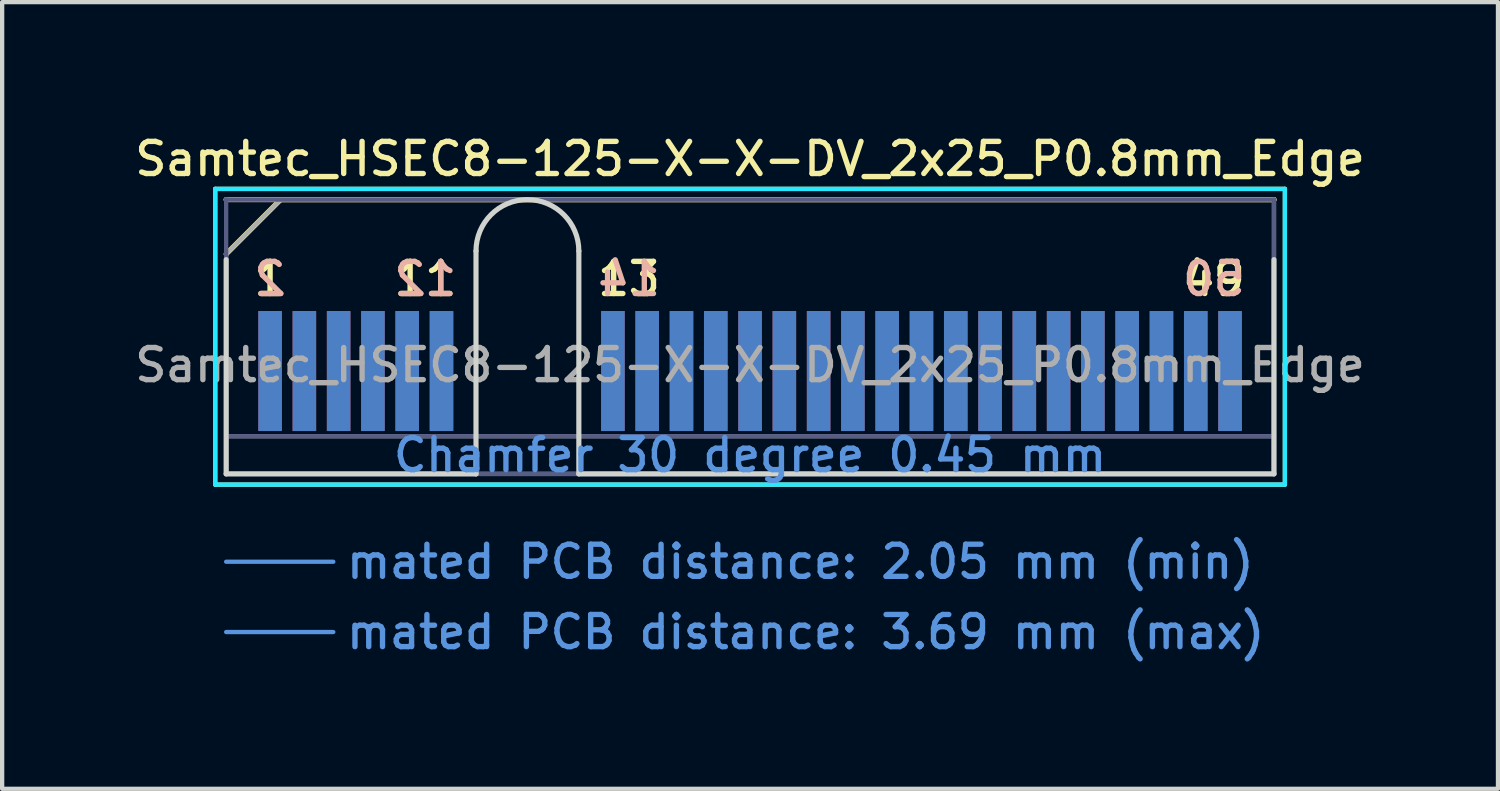
<source format=kicad_pcb>
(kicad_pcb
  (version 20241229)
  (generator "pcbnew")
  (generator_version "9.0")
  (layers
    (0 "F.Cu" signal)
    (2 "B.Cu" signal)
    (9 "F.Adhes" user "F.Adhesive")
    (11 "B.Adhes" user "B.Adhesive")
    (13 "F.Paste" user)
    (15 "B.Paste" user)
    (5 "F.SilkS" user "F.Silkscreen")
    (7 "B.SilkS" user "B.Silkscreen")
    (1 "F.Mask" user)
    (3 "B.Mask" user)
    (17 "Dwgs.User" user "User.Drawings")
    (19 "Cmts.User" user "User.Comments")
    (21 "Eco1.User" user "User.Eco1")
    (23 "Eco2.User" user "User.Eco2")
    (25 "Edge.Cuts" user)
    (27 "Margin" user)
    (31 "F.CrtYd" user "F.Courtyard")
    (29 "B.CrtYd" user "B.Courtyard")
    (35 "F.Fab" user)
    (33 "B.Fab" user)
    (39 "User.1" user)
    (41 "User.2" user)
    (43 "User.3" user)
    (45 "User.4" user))
  (footprint "Samtec_HSEC8-125-X-X-DV_2x25_P0.8mm_Edge"
    (layer "F.Cu")
    (at 14.452 8.008)
    (property "Reference" "Samtec_HSEC8-125-X-X-DV_2x25_P0.8mm_Edge" (at 0 -7.35 0) (layer "F.SilkS") (effects (font (size 0.75 0.75) (thickness 0.125))))
    (attr exclude_from_pos_files exclude_from_bom)
    (fp_line (start -12.48 -6.65) (end -12.48 0.25) (stroke (width 0.1) (type solid)) (layer "F.SilkS"))
    (fp_line (start -12.48 0.25) (end 12.48 0.25) (stroke (width 0.1) (type solid)) (layer "F.SilkS"))
    (fp_line (start -12.225 -5.13) (end -10.955 -6.4) (stroke (width 0.12) (type solid)) (layer "F.SilkS"))
    (fp_line (start -10.955 -6.4) (end 12.225 -6.4) (stroke (width 0.12) (type solid)) (layer "F.SilkS"))
    (fp_line (start 12.48 -6.65) (end -12.48 -6.65) (stroke (width 0.1) (type solid)) (layer "F.SilkS"))
    (fp_line (start 12.48 0.25) (end 12.48 -6.65) (stroke (width 0.1) (type solid)) (layer "F.SilkS"))
    (fp_line (start -12.225 -6.4) (end -12.225 -6.4) (stroke (width 0.12) (type solid)) (layer "B.SilkS"))
    (fp_line (start -12.225 -6.4) (end 12.225 -6.4) (stroke (width 0.12) (type solid)) (layer "B.SilkS"))
    (fp_line (start -12.225 2.05) (end -9.725 2.05) (stroke (width 0.1) (type solid)) (layer "Cmts.User"))
    (fp_line (start -12.225 3.69) (end -9.725 3.69) (stroke (width 0.1) (type solid)) (layer "Cmts.User"))
    (fp_line (start -12.225 -5) (end -12.225 0) (stroke (width 0.12) (type solid)) (layer "Edge.Cuts"))
    (fp_line (start -12.225 0) (end -6.395 0) (stroke (width 0.12) (type solid)) (layer "Edge.Cuts"))
    (fp_line (start -6.395 0) (end -6.395 -5.2) (stroke (width 0.12) (type solid)) (layer "Edge.Cuts"))
    (fp_line (start -3.995 -5.2) (end -3.995 0) (stroke (width 0.12) (type solid)) (layer "Edge.Cuts"))
    (fp_line (start -3.995 0) (end 12.225 0) (stroke (width 0.12) (type solid)) (layer "Edge.Cuts"))
    (fp_line (start 12.225 0) (end 12.225 -5) (stroke (width 0.12) (type solid)) (layer "Edge.Cuts"))
    (fp_arc (start -6.395 -5.2) (mid -5.195 -6.4) (end -3.995 -5.2) (stroke (width 0.12) (type solid)) (layer "Edge.Cuts"))
    (fp_line (start -12.48 -6.65) (end -12.48 0.25) (stroke (width 0.1) (type solid)) (layer "B.CrtYd"))
    (fp_line (start -12.48 0.25) (end 12.48 0.25) (stroke (width 0.1) (type solid)) (layer "B.CrtYd"))
    (fp_line (start 12.48 -6.65) (end -12.48 -6.65) (stroke (width 0.1) (type solid)) (layer "B.CrtYd"))
    (fp_line (start 12.48 0.25) (end 12.48 -6.65) (stroke (width 0.1) (type solid)) (layer "B.CrtYd"))
    (fp_line (start -12.225 -6.4) (end -12.225 -6.4) (stroke (width 0.1) (type solid)) (layer "B.Fab"))
    (fp_line (start -12.225 -6.4) (end -12.225 0) (stroke (width 0.1) (type solid)) (layer "B.Fab"))
    (fp_line (start -12.225 -6.4) (end 12.225 -6.4) (stroke (width 0.1) (type solid)) (layer "B.Fab"))
    (fp_line (start -12.225 -0.88) (end 12.225 -0.88) (stroke (width 0.1) (type solid)) (layer "B.Fab"))
    (fp_line (start -12.225 0) (end 12.225 0) (stroke (width 0.1) (type solid)) (layer "B.Fab"))
    (fp_line (start 12.225 -6.4) (end 12.225 0) (stroke (width 0.1) (type solid)) (layer "B.Fab"))
    (fp_line (start -12.225 -5.13) (end -12.225 0) (stroke (width 0.1) (type solid)) (layer "F.Fab"))
    (fp_line (start -12.225 -5.13) (end -10.955 -6.4) (stroke (width 0.1) (type solid)) (layer "F.Fab"))
    (fp_line (start -12.225 -0.88) (end 12.225 -0.88) (stroke (width 0.1) (type solid)) (layer "F.Fab"))
    (fp_line (start -12.225 0) (end 12.225 0) (stroke (width 0.1) (type solid)) (layer "F.Fab"))
    (fp_line (start -10.955 -6.4) (end 12.225 -6.4) (stroke (width 0.1) (type solid)) (layer "F.Fab"))
    (fp_line (start 12.225 -6.4) (end 12.225 0) (stroke (width 0.1) (type solid)) (layer "F.Fab"))
    (fp_text user "49" (at 10.825 -4.55 0) (layer "F.SilkS") (effects (font (size 0.75 0.75) (thickness 0.125))))
    (fp_text user "1" (at -11.2 -4.55 0) (layer "F.SilkS") (effects (font (size 0.75 0.75) (thickness 0.125))))
    (fp_text user "13" (at -2.825 -4.55 0) (layer "F.SilkS") (effects (font (size 0.75 0.75) (thickness 0.125))))
    (fp_text user "11" (at -7.575 -4.55 0) (layer "F.SilkS") (effects (font (size 0.75 0.75) (thickness 0.125))))
    (fp_text user "14" (at -2.825 -4.55 0) (layer "B.SilkS") (effects (font (size 0.75 0.75) (thickness 0.125)) (justify mirror)))
    (fp_text user "2" (at -11.2 -4.55 0) (layer "B.SilkS") (effects (font (size 0.75 0.75) (thickness 0.125)) (justify mirror)))
    (fp_text user "50" (at 10.825 -4.55 0) (layer "B.SilkS") (effects (font (size 0.75 0.75) (thickness 0.125)) (justify mirror)))
    (fp_text user "12" (at -7.575 -4.55 0) (layer "B.SilkS") (effects (font (size 0.75 0.75) (thickness 0.125)) (justify mirror)))
    (fp_text user "mated PCB distance: 2.05 mm (min)" (at -9.48 2.05 0) (layer "Cmts.User") (effects (font (size 0.75 0.75) (thickness 0.125)) (justify left)))
    (fp_text user "Chamfer 30 degree 0.45 mm" (at 0 -0.44 0) (layer "Cmts.User") (effects (font (size 0.75 0.75) (thickness 0.125))))
    (fp_text user "mated PCB distance: 3.69 mm (max)" (at -9.48 3.69 0) (layer "Cmts.User") (effects (font (size 0.75 0.75) (thickness 0.125)) (justify left)))
    (fp_text user "${REFERENCE}" (at 0 -2.54 0) (layer "F.Fab") (effects (font (size 0.75 0.75) (thickness 0.125))))
    (pad "1" connect rect (at -11.2 -2.4) (size 0.55 2.8) (layers "F.Cu" "F.Mask"))
    (pad "2" connect rect (at -11.2 -2.4) (size 0.55 2.8) (layers "B.Cu" "B.Mask"))
    (pad "3" connect rect (at -10.4 -2.4) (size 0.55 2.8) (layers "F.Cu" "F.Mask"))
    (pad "4" connect rect (at -10.4 -2.4) (size 0.55 2.8) (layers "B.Cu" "B.Mask"))
    (pad "5" connect rect (at -9.6 -2.4) (size 0.55 2.8) (layers "F.Cu" "F.Mask"))
    (pad "6" connect rect (at -9.6 -2.4) (size 0.55 2.8) (layers "B.Cu" "B.Mask"))
    (pad "7" connect rect (at -8.8 -2.4) (size 0.55 2.8) (layers "F.Cu" "F.Mask"))
    (pad "8" connect rect (at -8.8 -2.4) (size 0.55 2.8) (layers "B.Cu" "B.Mask"))
    (pad "9" connect rect (at -8 -2.4) (size 0.55 2.8) (layers "F.Cu" "F.Mask"))
    (pad "10" connect rect (at -8 -2.4) (size 0.55 2.8) (layers "B.Cu" "B.Mask"))
    (pad "11" connect rect (at -7.2 -2.4) (size 0.55 2.8) (layers "F.Cu" "F.Mask"))
    (pad "12" connect rect (at -7.2 -2.4) (size 0.55 2.8) (layers "B.Cu" "B.Mask"))
    (pad "13" connect rect (at -3.2 -2.4) (size 0.55 2.8) (layers "F.Cu" "F.Mask"))
    (pad "14" connect rect (at -3.2 -2.4) (size 0.55 2.8) (layers "B.Cu" "B.Mask"))
    (pad "15" connect rect (at -2.4 -2.4) (size 0.55 2.8) (layers "F.Cu" "F.Mask"))
    (pad "16" connect rect (at -2.4 -2.4) (size 0.55 2.8) (layers "B.Cu" "B.Mask"))
    (pad "17" connect rect (at -1.6 -2.4) (size 0.55 2.8) (layers "F.Cu" "F.Mask"))
    (pad "18" connect rect (at -1.6 -2.4) (size 0.55 2.8) (layers "B.Cu" "B.Mask"))
    (pad "19" connect rect (at -0.8 -2.4) (size 0.55 2.8) (layers "F.Cu" "F.Mask"))
    (pad "20" connect rect (at -0.8 -2.4) (size 0.55 2.8) (layers "B.Cu" "B.Mask"))
    (pad "21" connect rect (at 0 -2.4) (size 0.55 2.8) (layers "F.Cu" "F.Mask"))
    (pad "22" connect rect (at 0 -2.4) (size 0.55 2.8) (layers "B.Cu" "B.Mask"))
    (pad "23" connect rect (at 0.8 -2.4) (size 0.55 2.8) (layers "F.Cu" "F.Mask"))
    (pad "24" connect rect (at 0.8 -2.4) (size 0.55 2.8) (layers "B.Cu" "B.Mask"))
    (pad "25" connect rect (at 1.6 -2.4) (size 0.55 2.8) (layers "F.Cu" "F.Mask"))
    (pad "26" connect rect (at 1.6 -2.4) (size 0.55 2.8) (layers "B.Cu" "B.Mask"))
    (pad "27" connect rect (at 2.4 -2.4) (size 0.55 2.8) (layers "F.Cu" "F.Mask"))
    (pad "28" connect rect (at 2.4 -2.4) (size 0.55 2.8) (layers "B.Cu" "B.Mask"))
    (pad "29" connect rect (at 3.2 -2.4) (size 0.55 2.8) (layers "F.Cu" "F.Mask"))
    (pad "30" connect rect (at 3.2 -2.4) (size 0.55 2.8) (layers "B.Cu" "B.Mask"))
    (pad "31" connect rect (at 4 -2.4) (size 0.55 2.8) (layers "F.Cu" "F.Mask"))
    (pad "32" connect rect (at 4 -2.4) (size 0.55 2.8) (layers "B.Cu" "B.Mask"))
    (pad "33" connect rect (at 4.8 -2.4) (size 0.55 2.8) (layers "F.Cu" "F.Mask"))
    (pad "34" connect rect (at 4.8 -2.4) (size 0.55 2.8) (layers "B.Cu" "B.Mask"))
    (pad "35" connect rect (at 5.6 -2.4) (size 0.55 2.8) (layers "F.Cu" "F.Mask"))
    (pad "36" connect rect (at 5.6 -2.4) (size 0.55 2.8) (layers "B.Cu" "B.Mask"))
    (pad "37" connect rect (at 6.4 -2.4) (size 0.55 2.8) (layers "F.Cu" "F.Mask"))
    (pad "38" connect rect (at 6.4 -2.4) (size 0.55 2.8) (layers "B.Cu" "B.Mask"))
    (pad "39" connect rect (at 7.2 -2.4) (size 0.55 2.8) (layers "F.Cu" "F.Mask"))
    (pad "40" connect rect (at 7.2 -2.4) (size 0.55 2.8) (layers "B.Cu" "B.Mask"))
    (pad "41" connect rect (at 8 -2.4) (size 0.55 2.8) (layers "F.Cu" "F.Mask"))
    (pad "42" connect rect (at 8 -2.4) (size 0.55 2.8) (layers "B.Cu" "B.Mask"))
    (pad "43" connect rect (at 8.8 -2.4) (size 0.55 2.8) (layers "F.Cu" "F.Mask"))
    (pad "44" connect rect (at 8.8 -2.4) (size 0.55 2.8) (layers "B.Cu" "B.Mask"))
    (pad "45" connect rect (at 9.6 -2.4) (size 0.55 2.8) (layers "F.Cu" "F.Mask"))
    (pad "46" connect rect (at 9.6 -2.4) (size 0.55 2.8) (layers "B.Cu" "B.Mask"))
    (pad "47" connect rect (at 10.4 -2.4) (size 0.55 2.8) (layers "F.Cu" "F.Mask"))
    (pad "48" connect rect (at 10.4 -2.4) (size 0.55 2.8) (layers "B.Cu" "B.Mask"))
    (pad "49" connect rect (at 11.2 -2.4) (size 0.55 2.8) (layers "F.Cu" "F.Mask"))
    (pad "50" connect rect (at 11.2 -2.4) (size 0.55 2.8) (layers "B.Cu" "B.Mask")))
  (gr_rect
    (start -3 -3)
    (end 31.904 15.356)
    (stroke (width 0.1) (type default))
    (fill no)
    (layer "Edge.Cuts")))
</source>
